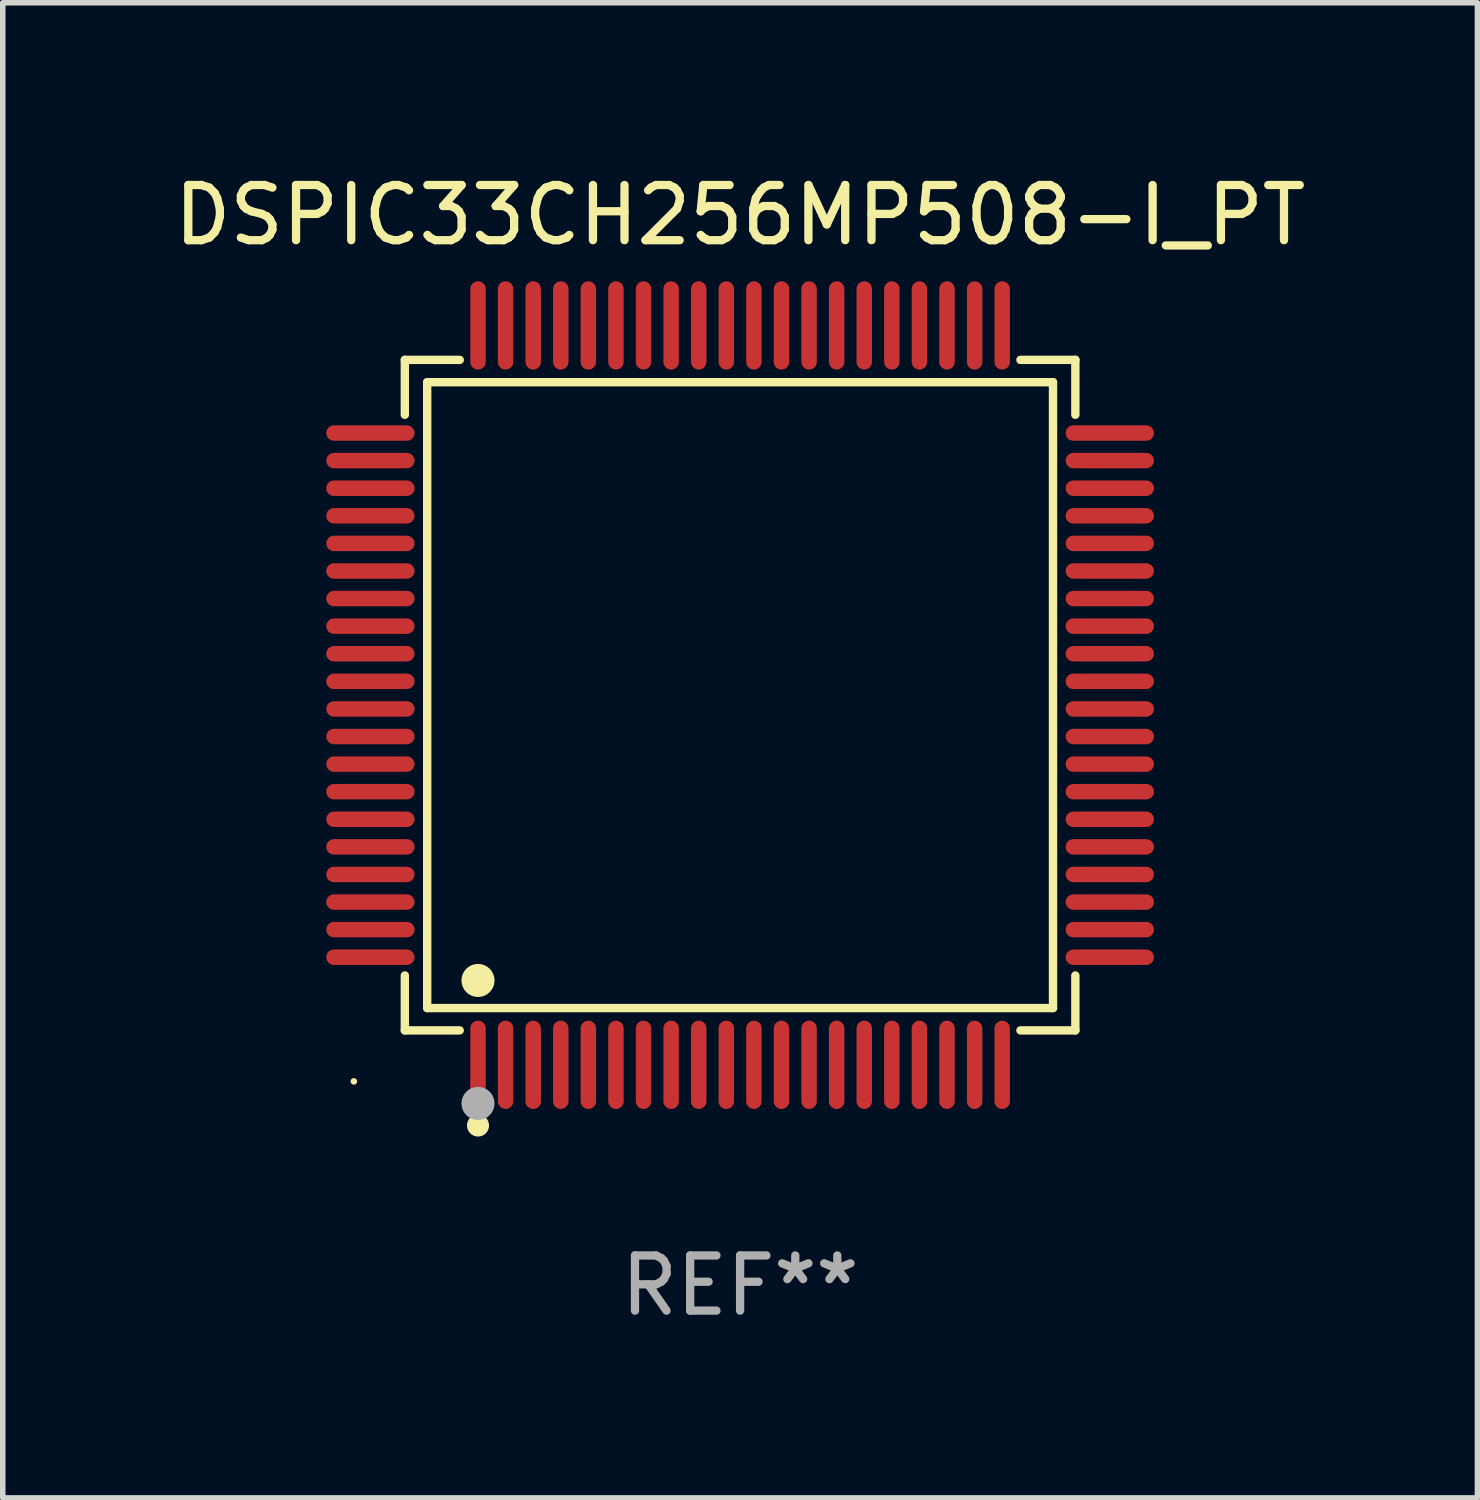
<source format=kicad_pcb>
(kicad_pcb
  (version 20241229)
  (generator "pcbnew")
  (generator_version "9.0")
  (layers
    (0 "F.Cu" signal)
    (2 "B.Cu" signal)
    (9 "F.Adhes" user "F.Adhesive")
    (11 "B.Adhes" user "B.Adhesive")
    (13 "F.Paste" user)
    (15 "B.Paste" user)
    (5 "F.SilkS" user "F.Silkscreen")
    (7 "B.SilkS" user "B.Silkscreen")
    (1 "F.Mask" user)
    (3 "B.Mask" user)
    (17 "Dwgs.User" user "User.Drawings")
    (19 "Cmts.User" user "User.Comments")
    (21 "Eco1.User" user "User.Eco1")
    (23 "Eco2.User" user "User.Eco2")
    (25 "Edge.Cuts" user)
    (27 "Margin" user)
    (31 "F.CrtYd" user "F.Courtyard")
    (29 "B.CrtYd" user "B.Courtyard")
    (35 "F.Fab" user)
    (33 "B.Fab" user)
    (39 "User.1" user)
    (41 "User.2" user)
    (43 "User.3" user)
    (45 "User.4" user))
  (footprint "DSPIC33CH256MP508-I_PT"
    (layer "F.Cu")
    (at 10.363 9.548)
    (property "Reference" "DSPIC33CH256MP508-I_PT" (at 0 -8.7 0) (layer "F.SilkS") (effects (font (size 1 1) (thickness 0.15))))
    (attr through_hole)
    (fp_line (start -6.076 -6.076) (end -5.081 -6.076) (stroke (width 0.152) (type solid)) (layer "F.SilkS"))
    (fp_line (start -6.076 -5.081) (end -6.076 -6.076) (stroke (width 0.152) (type solid)) (layer "F.SilkS"))
    (fp_line (start -6.076 5.081) (end -6.076 6.076) (stroke (width 0.152) (type solid)) (layer "F.SilkS"))
    (fp_line (start -6.076 6.076) (end -5.081 6.076) (stroke (width 0.152) (type solid)) (layer "F.SilkS"))
    (fp_line (start -5.671 -5.671) (end 5.671 -5.671) (stroke (width 0.152) (type solid)) (layer "F.SilkS"))
    (fp_line (start -5.671 5.671) (end -5.671 -5.671) (stroke (width 0.152) (type solid)) (layer "F.SilkS"))
    (fp_line (start 5.671 -5.671) (end 5.671 5.671) (stroke (width 0.152) (type solid)) (layer "F.SilkS"))
    (fp_line (start 5.671 5.671) (end -5.671 5.671) (stroke (width 0.152) (type solid)) (layer "F.SilkS"))
    (fp_line (start 6.076 -6.076) (end 5.081 -6.076) (stroke (width 0.152) (type solid)) (layer "F.SilkS"))
    (fp_line (start 6.076 -5.081) (end 6.076 -6.076) (stroke (width 0.152) (type solid)) (layer "F.SilkS"))
    (fp_line (start 6.076 5.081) (end 6.076 6.076) (stroke (width 0.152) (type solid)) (layer "F.SilkS"))
    (fp_line (start 6.076 6.076) (end 5.081 6.076) (stroke (width 0.152) (type solid)) (layer "F.SilkS"))
    (fp_circle (center -7 7) (end -6.97 7) (stroke (width 0.06) (type solid)) (fill no) (layer "F.SilkS"))
    (fp_circle (center -4.75 5.171) (end -4.6 5.171) (stroke (width 0.3) (type solid)) (fill no) (layer "F.SilkS"))
    (fp_circle (center -4.75 7.8) (end -4.65 7.8) (stroke (width 0.2) (type solid)) (fill no) (layer "F.SilkS"))
    (fp_circle (center -4.75 7.4) (end -4.6 7.4) (stroke (width 0.3) (type solid)) (fill no) (layer "F.Fab"))
    (fp_text user "REF**" (at 0 10.7 0) (layer "F.Fab") (effects (font (size 1 1) (thickness 0.15))))
    (pad "1" smd oval (at -4.75 6.7) (size 0.28 1.6) (layers "F.Cu" "F.Mask" "F.Paste"))
    (pad "2" smd oval (at -4.25 6.7) (size 0.28 1.6) (layers "F.Cu" "F.Mask" "F.Paste"))
    (pad "3" smd oval (at -3.75 6.7) (size 0.28 1.6) (layers "F.Cu" "F.Mask" "F.Paste"))
    (pad "4" smd oval (at -3.25 6.7) (size 0.28 1.6) (layers "F.Cu" "F.Mask" "F.Paste"))
    (pad "5" smd oval (at -2.75 6.7) (size 0.28 1.6) (layers "F.Cu" "F.Mask" "F.Paste"))
    (pad "6" smd oval (at -2.25 6.7) (size 0.28 1.6) (layers "F.Cu" "F.Mask" "F.Paste"))
    (pad "7" smd oval (at -1.75 6.7) (size 0.28 1.6) (layers "F.Cu" "F.Mask" "F.Paste"))
    (pad "8" smd oval (at -1.25 6.7) (size 0.28 1.6) (layers "F.Cu" "F.Mask" "F.Paste"))
    (pad "9" smd oval (at -0.75 6.7) (size 0.28 1.6) (layers "F.Cu" "F.Mask" "F.Paste"))
    (pad "10" smd oval (at -0.25 6.7) (size 0.28 1.6) (layers "F.Cu" "F.Mask" "F.Paste"))
    (pad "11" smd oval (at 0.25 6.7) (size 0.28 1.6) (layers "F.Cu" "F.Mask" "F.Paste"))
    (pad "12" smd oval (at 0.75 6.7) (size 0.28 1.6) (layers "F.Cu" "F.Mask" "F.Paste"))
    (pad "13" smd oval (at 1.25 6.7) (size 0.28 1.6) (layers "F.Cu" "F.Mask" "F.Paste"))
    (pad "14" smd oval (at 1.75 6.7) (size 0.28 1.6) (layers "F.Cu" "F.Mask" "F.Paste"))
    (pad "15" smd oval (at 2.25 6.7) (size 0.28 1.6) (layers "F.Cu" "F.Mask" "F.Paste"))
    (pad "16" smd oval (at 2.75 6.7) (size 0.28 1.6) (layers "F.Cu" "F.Mask" "F.Paste"))
    (pad "17" smd oval (at 3.25 6.7) (size 0.28 1.6) (layers "F.Cu" "F.Mask" "F.Paste"))
    (pad "18" smd oval (at 3.75 6.7) (size 0.28 1.6) (layers "F.Cu" "F.Mask" "F.Paste"))
    (pad "19" smd oval (at 4.25 6.7) (size 0.28 1.6) (layers "F.Cu" "F.Mask" "F.Paste"))
    (pad "20" smd oval (at 4.75 6.7) (size 0.28 1.6) (layers "F.Cu" "F.Mask" "F.Paste"))
    (pad "21" smd oval (at 6.7 4.75) (size 1.6 0.28) (layers "F.Cu" "F.Mask" "F.Paste"))
    (pad "22" smd oval (at 6.7 4.25) (size 1.6 0.28) (layers "F.Cu" "F.Mask" "F.Paste"))
    (pad "23" smd oval (at 6.7 3.75) (size 1.6 0.28) (layers "F.Cu" "F.Mask" "F.Paste"))
    (pad "24" smd oval (at 6.7 3.25) (size 1.6 0.28) (layers "F.Cu" "F.Mask" "F.Paste"))
    (pad "25" smd oval (at 6.7 2.75) (size 1.6 0.28) (layers "F.Cu" "F.Mask" "F.Paste"))
    (pad "26" smd oval (at 6.7 2.25) (size 1.6 0.28) (layers "F.Cu" "F.Mask" "F.Paste"))
    (pad "27" smd oval (at 6.7 1.75) (size 1.6 0.28) (layers "F.Cu" "F.Mask" "F.Paste"))
    (pad "28" smd oval (at 6.7 1.25) (size 1.6 0.28) (layers "F.Cu" "F.Mask" "F.Paste"))
    (pad "29" smd oval (at 6.7 0.75) (size 1.6 0.28) (layers "F.Cu" "F.Mask" "F.Paste"))
    (pad "30" smd oval (at 6.7 0.25) (size 1.6 0.28) (layers "F.Cu" "F.Mask" "F.Paste"))
    (pad "31" smd oval (at 6.7 -0.25) (size 1.6 0.28) (layers "F.Cu" "F.Mask" "F.Paste"))
    (pad "32" smd oval (at 6.7 -0.75) (size 1.6 0.28) (layers "F.Cu" "F.Mask" "F.Paste"))
    (pad "33" smd oval (at 6.7 -1.25) (size 1.6 0.28) (layers "F.Cu" "F.Mask" "F.Paste"))
    (pad "34" smd oval (at 6.7 -1.75) (size 1.6 0.28) (layers "F.Cu" "F.Mask" "F.Paste"))
    (pad "35" smd oval (at 6.7 -2.25) (size 1.6 0.28) (layers "F.Cu" "F.Mask" "F.Paste"))
    (pad "36" smd oval (at 6.7 -2.75) (size 1.6 0.28) (layers "F.Cu" "F.Mask" "F.Paste"))
    (pad "37" smd oval (at 6.7 -3.25) (size 1.6 0.28) (layers "F.Cu" "F.Mask" "F.Paste"))
    (pad "38" smd oval (at 6.7 -3.75) (size 1.6 0.28) (layers "F.Cu" "F.Mask" "F.Paste"))
    (pad "39" smd oval (at 6.7 -4.25) (size 1.6 0.28) (layers "F.Cu" "F.Mask" "F.Paste"))
    (pad "40" smd oval (at 6.7 -4.75) (size 1.6 0.28) (layers "F.Cu" "F.Mask" "F.Paste"))
    (pad "41" smd oval (at 4.75 -6.7) (size 0.28 1.6) (layers "F.Cu" "F.Mask" "F.Paste"))
    (pad "42" smd oval (at 4.25 -6.7) (size 0.28 1.6) (layers "F.Cu" "F.Mask" "F.Paste"))
    (pad "43" smd oval (at 3.75 -6.7) (size 0.28 1.6) (layers "F.Cu" "F.Mask" "F.Paste"))
    (pad "44" smd oval (at 3.25 -6.7) (size 0.28 1.6) (layers "F.Cu" "F.Mask" "F.Paste"))
    (pad "45" smd oval (at 2.75 -6.7) (size 0.28 1.6) (layers "F.Cu" "F.Mask" "F.Paste"))
    (pad "46" smd oval (at 2.25 -6.7) (size 0.28 1.6) (layers "F.Cu" "F.Mask" "F.Paste"))
    (pad "47" smd oval (at 1.75 -6.7) (size 0.28 1.6) (layers "F.Cu" "F.Mask" "F.Paste"))
    (pad "48" smd oval (at 1.25 -6.7) (size 0.28 1.6) (layers "F.Cu" "F.Mask" "F.Paste"))
    (pad "49" smd oval (at 0.75 -6.7) (size 0.28 1.6) (layers "F.Cu" "F.Mask" "F.Paste"))
    (pad "50" smd oval (at 0.25 -6.7) (size 0.28 1.6) (layers "F.Cu" "F.Mask" "F.Paste"))
    (pad "51" smd oval (at -0.25 -6.7) (size 0.28 1.6) (layers "F.Cu" "F.Mask" "F.Paste"))
    (pad "52" smd oval (at -0.75 -6.7) (size 0.28 1.6) (layers "F.Cu" "F.Mask" "F.Paste"))
    (pad "53" smd oval (at -1.25 -6.7) (size 0.28 1.6) (layers "F.Cu" "F.Mask" "F.Paste"))
    (pad "54" smd oval (at -1.75 -6.7) (size 0.28 1.6) (layers "F.Cu" "F.Mask" "F.Paste"))
    (pad "55" smd oval (at -2.25 -6.7) (size 0.28 1.6) (layers "F.Cu" "F.Mask" "F.Paste"))
    (pad "56" smd oval (at -2.75 -6.7) (size 0.28 1.6) (layers "F.Cu" "F.Mask" "F.Paste"))
    (pad "57" smd oval (at -3.25 -6.7) (size 0.28 1.6) (layers "F.Cu" "F.Mask" "F.Paste"))
    (pad "58" smd oval (at -3.75 -6.7) (size 0.28 1.6) (layers "F.Cu" "F.Mask" "F.Paste"))
    (pad "59" smd oval (at -4.25 -6.7) (size 0.28 1.6) (layers "F.Cu" "F.Mask" "F.Paste"))
    (pad "60" smd oval (at -4.75 -6.7) (size 0.28 1.6) (layers "F.Cu" "F.Mask" "F.Paste"))
    (pad "61" smd oval (at -6.7 -4.75) (size 1.6 0.28) (layers "F.Cu" "F.Mask" "F.Paste"))
    (pad "62" smd oval (at -6.7 -4.25) (size 1.6 0.28) (layers "F.Cu" "F.Mask" "F.Paste"))
    (pad "63" smd oval (at -6.7 -3.75) (size 1.6 0.28) (layers "F.Cu" "F.Mask" "F.Paste"))
    (pad "64" smd oval (at -6.7 -3.25) (size 1.6 0.28) (layers "F.Cu" "F.Mask" "F.Paste"))
    (pad "65" smd oval (at -6.7 -2.75) (size 1.6 0.28) (layers "F.Cu" "F.Mask" "F.Paste"))
    (pad "66" smd oval (at -6.7 -2.25) (size 1.6 0.28) (layers "F.Cu" "F.Mask" "F.Paste"))
    (pad "67" smd oval (at -6.7 -1.75) (size 1.6 0.28) (layers "F.Cu" "F.Mask" "F.Paste"))
    (pad "68" smd oval (at -6.7 -1.25) (size 1.6 0.28) (layers "F.Cu" "F.Mask" "F.Paste"))
    (pad "69" smd oval (at -6.7 -0.75) (size 1.6 0.28) (layers "F.Cu" "F.Mask" "F.Paste"))
    (pad "70" smd oval (at -6.7 -0.25) (size 1.6 0.28) (layers "F.Cu" "F.Mask" "F.Paste"))
    (pad "71" smd oval (at -6.7 0.25) (size 1.6 0.28) (layers "F.Cu" "F.Mask" "F.Paste"))
    (pad "72" smd oval (at -6.7 0.75) (size 1.6 0.28) (layers "F.Cu" "F.Mask" "F.Paste"))
    (pad "73" smd oval (at -6.7 1.25) (size 1.6 0.28) (layers "F.Cu" "F.Mask" "F.Paste"))
    (pad "74" smd oval (at -6.7 1.75) (size 1.6 0.28) (layers "F.Cu" "F.Mask" "F.Paste"))
    (pad "75" smd oval (at -6.7 2.25) (size 1.6 0.28) (layers "F.Cu" "F.Mask" "F.Paste"))
    (pad "76" smd oval (at -6.7 2.75) (size 1.6 0.28) (layers "F.Cu" "F.Mask" "F.Paste"))
    (pad "77" smd oval (at -6.7 3.25) (size 1.6 0.28) (layers "F.Cu" "F.Mask" "F.Paste"))
    (pad "78" smd oval (at -6.7 3.75) (size 1.6 0.28) (layers "F.Cu" "F.Mask" "F.Paste"))
    (pad "79" smd oval (at -6.7 4.25) (size 1.6 0.28) (layers "F.Cu" "F.Mask" "F.Paste"))
    (pad "80" smd oval (at -6.7 4.75) (size 1.6 0.28) (layers "F.Cu" "F.Mask" "F.Paste")))
  (gr_rect
    (start -3 -3)
    (end 23.726 24.097)
    (stroke (width 0.1) (type default))
    (fill no)
    (layer "Edge.Cuts")))
</source>
